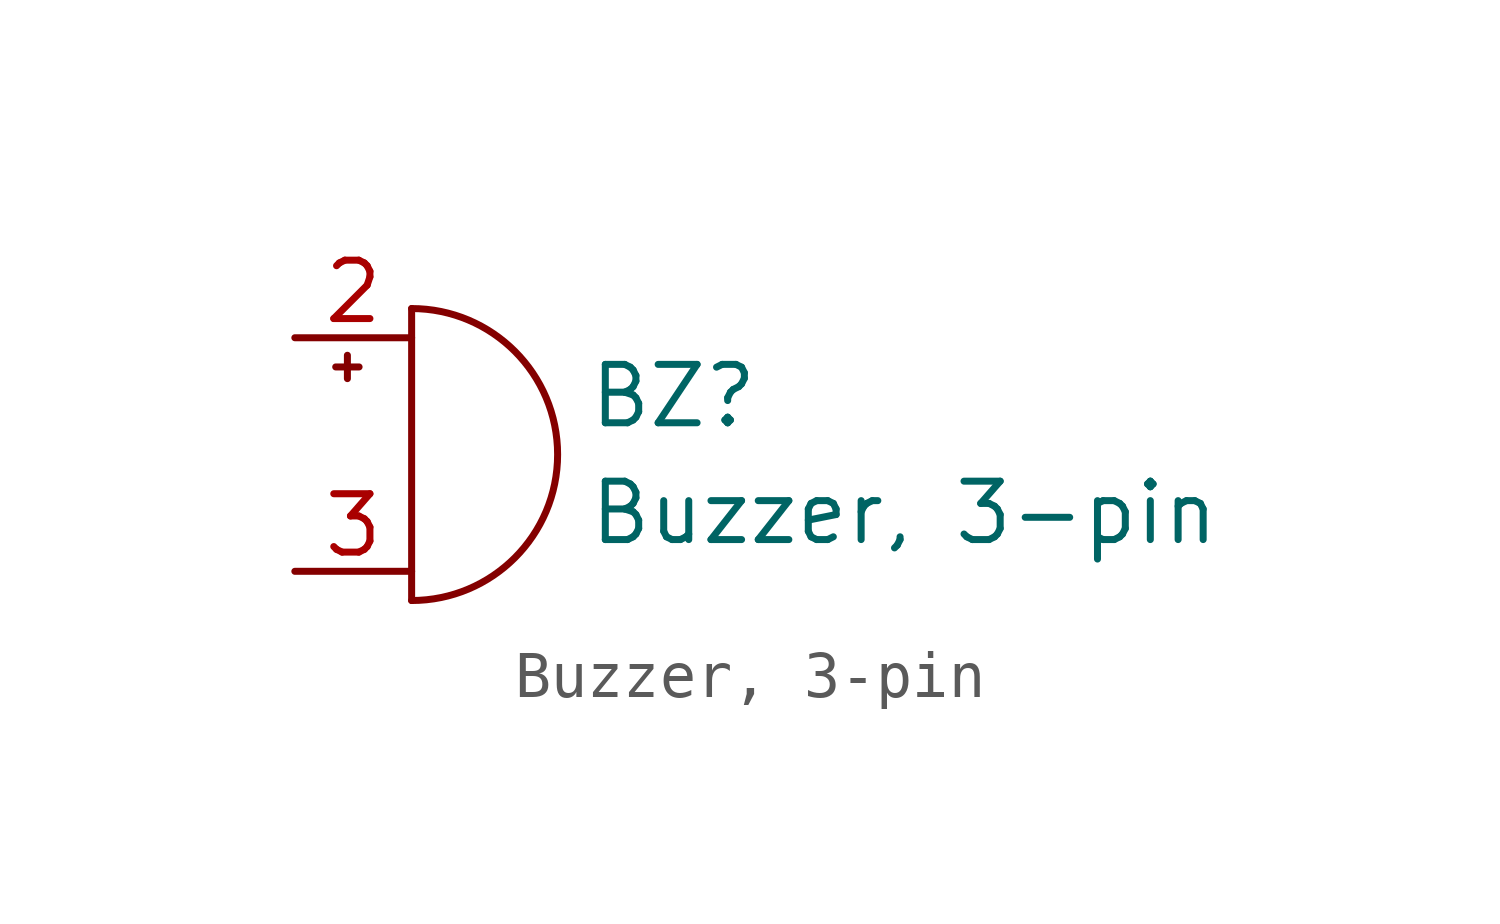
<source format=kicad_sym>
(kicad_symbol_lib
  (version 20220914)
  (generator kicad_symbol_editor)
  (symbol "Buzzer, 3-pin"
    (pin_names
      (offset 0.025) hide)
    (property "Reference" "BZ"
      (at 3.81 1.27 0)
      (effects (font (size 1.27 1.27)) (justify left)))
    (property "Value" "Buzzer, 3-pin"
      (at 3.81 -1.27 0)
      (effects (font (size 1.27 1.27)) (justify left)))
    (symbol "Buzzer, 3-pin_0_1"
      (arc (start 0 -3.175) (mid 3.1612 0) (end 0 3.175) (stroke (width 0) (type default)) (fill (type none)))
      (polyline (pts (xy -1.651 1.905) (xy -1.143 1.905)) (stroke (width 0) (type default)) (fill (type none)))
      (polyline (pts (xy -1.397 2.159) (xy -1.397 1.651)) (stroke (width 0) (type default)) (fill (type none)))
      (polyline (pts (xy 0 3.175) (xy 0 -3.175)) (stroke (width 0) (type default)) (fill (type none))))
    (symbol "Buzzer, 3-pin_1_1"
      (pin no_connect line (at 1.905 5.08 270) (length 2.54) hide (name "N.C" (effects (font (size 1.27 1.27)))) (number "1" (effects (font (size 1.27 1.27)))))
      (pin passive line (at -2.54 2.54 0) (length 2.54) (name "+" (effects (font (size 1.27 1.27)))) (number "2" (effects (font (size 1.27 1.27)))))
      (pin passive line (at -2.54 -2.54 0) (length 2.54) (name "-" (effects (font (size 1.27 1.27)))) (number "3" (effects (font (size 1.27 1.27))))))))
</source>
